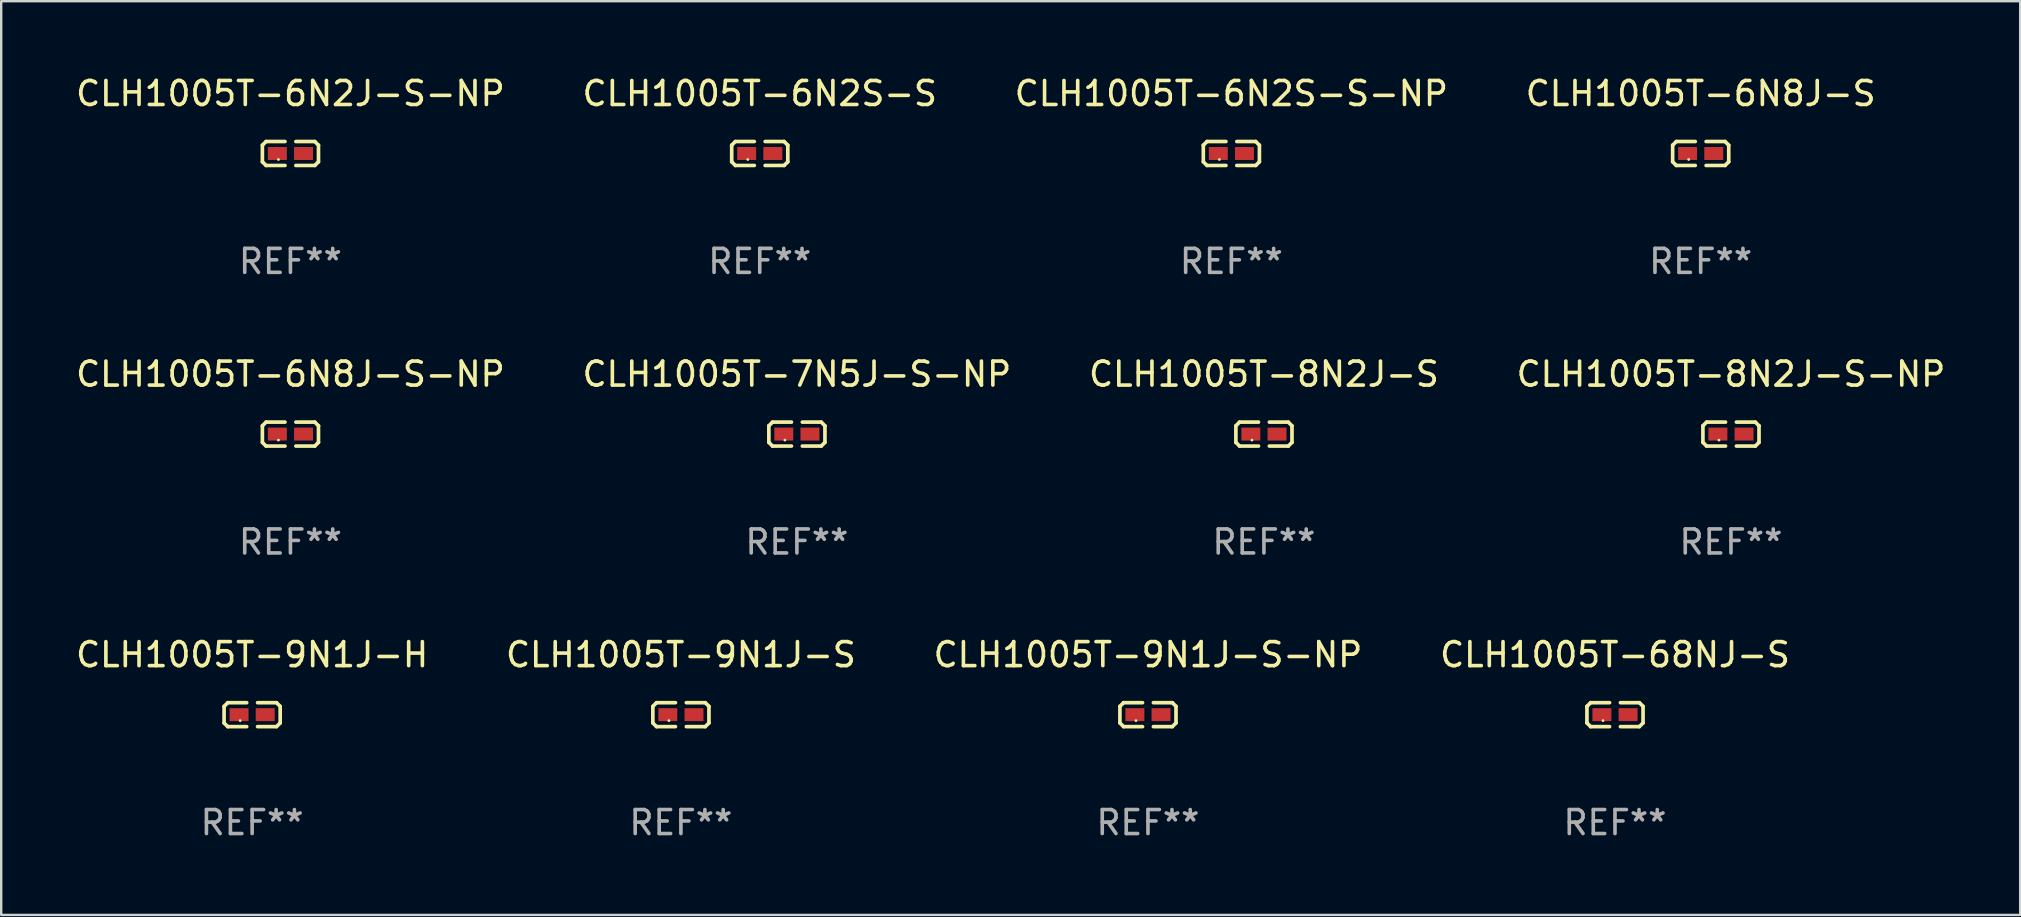
<source format=kicad_pcb>
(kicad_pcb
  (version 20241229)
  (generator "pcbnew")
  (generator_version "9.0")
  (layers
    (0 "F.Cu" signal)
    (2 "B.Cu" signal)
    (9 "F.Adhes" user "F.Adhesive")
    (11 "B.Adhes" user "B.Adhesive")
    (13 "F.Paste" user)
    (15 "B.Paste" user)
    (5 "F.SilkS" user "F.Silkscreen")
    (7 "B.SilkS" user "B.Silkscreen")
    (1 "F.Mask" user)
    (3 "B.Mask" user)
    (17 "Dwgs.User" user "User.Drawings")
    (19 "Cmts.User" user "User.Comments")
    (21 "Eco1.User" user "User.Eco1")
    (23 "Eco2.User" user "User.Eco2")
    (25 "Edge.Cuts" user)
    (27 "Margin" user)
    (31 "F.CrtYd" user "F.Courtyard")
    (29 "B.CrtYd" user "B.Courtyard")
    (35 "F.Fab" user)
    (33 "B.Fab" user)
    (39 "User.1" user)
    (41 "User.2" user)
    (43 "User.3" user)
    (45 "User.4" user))
  (footprint "CLH1005T-9N1J-S-NP"
    (layer "F.Cu")
    (at 44.792 26.734)
    (property "Reference" "CLH1005T-9N1J-S-NP" (at 0 -2.499 0) (layer "F.SilkS") (effects (font (size 1 1) (thickness 0.15))))
    (attr through_hole)
    (fp_line (start -1.169 -0.346) (end -1.016 -0.499) (stroke (width 0.152) (type solid)) (layer "F.SilkS"))
    (fp_line (start -1.169 0.346) (end -1.169 -0.346) (stroke (width 0.152) (type solid)) (layer "F.SilkS"))
    (fp_line (start -1.016 -0.499) (end -0.226 -0.499) (stroke (width 0.152) (type solid)) (layer "F.SilkS"))
    (fp_line (start -1.016 0.499) (end -1.169 0.346) (stroke (width 0.152) (type solid)) (layer "F.SilkS"))
    (fp_line (start -0.226 0.499) (end -1.016 0.499) (stroke (width 0.152) (type solid)) (layer "F.SilkS"))
    (fp_line (start 0.226 0.499) (end 1.016 0.499) (stroke (width 0.152) (type solid)) (layer "F.SilkS"))
    (fp_line (start 1.016 -0.499) (end 0.226 -0.499) (stroke (width 0.152) (type solid)) (layer "F.SilkS"))
    (fp_line (start 1.016 0.499) (end 1.169 0.346) (stroke (width 0.152) (type solid)) (layer "F.SilkS"))
    (fp_line (start 1.169 -0.346) (end 1.016 -0.499) (stroke (width 0.152) (type solid)) (layer "F.SilkS"))
    (fp_line (start 1.169 0.346) (end 1.169 -0.346) (stroke (width 0.152) (type solid)) (layer "F.SilkS"))
    (fp_circle (center -0.5 0.25) (end -0.47 0.25) (stroke (width 0.06) (type solid)) (fill no) (layer "F.SilkS"))
    (fp_text user "REF**" (at 0 4.499 0) (layer "F.Fab") (effects (font (size 1 1) (thickness 0.15))))
    (pad "1" smd rect (at -0.545 0) (size 0.79 0.54) (layers "F.Cu" "F.Mask" "F.Paste"))
    (pad "2" smd rect (at 0.545 0) (size 0.79 0.54) (layers "F.Cu" "F.Mask" "F.Paste")))
  (footprint "CLH1005T-8N2J-S-NP"
    (layer "F.Cu")
    (at 69.089 15.041)
    (property "Reference" "CLH1005T-8N2J-S-NP" (at 0 -2.499 0) (layer "F.SilkS") (effects (font (size 1 1) (thickness 0.15))))
    (attr through_hole)
    (fp_line (start -1.169 -0.346) (end -1.016 -0.499) (stroke (width 0.152) (type solid)) (layer "F.SilkS"))
    (fp_line (start -1.169 0.346) (end -1.169 -0.346) (stroke (width 0.152) (type solid)) (layer "F.SilkS"))
    (fp_line (start -1.016 -0.499) (end -0.226 -0.499) (stroke (width 0.152) (type solid)) (layer "F.SilkS"))
    (fp_line (start -1.016 0.499) (end -1.169 0.346) (stroke (width 0.152) (type solid)) (layer "F.SilkS"))
    (fp_line (start -0.226 0.499) (end -1.016 0.499) (stroke (width 0.152) (type solid)) (layer "F.SilkS"))
    (fp_line (start 0.226 0.499) (end 1.016 0.499) (stroke (width 0.152) (type solid)) (layer "F.SilkS"))
    (fp_line (start 1.016 -0.499) (end 0.226 -0.499) (stroke (width 0.152) (type solid)) (layer "F.SilkS"))
    (fp_line (start 1.016 0.499) (end 1.169 0.346) (stroke (width 0.152) (type solid)) (layer "F.SilkS"))
    (fp_line (start 1.169 -0.346) (end 1.016 -0.499) (stroke (width 0.152) (type solid)) (layer "F.SilkS"))
    (fp_line (start 1.169 0.346) (end 1.169 -0.346) (stroke (width 0.152) (type solid)) (layer "F.SilkS"))
    (fp_circle (center -0.5 0.25) (end -0.47 0.25) (stroke (width 0.06) (type solid)) (fill no) (layer "F.SilkS"))
    (fp_text user "REF**" (at 0 4.499 0) (layer "F.Fab") (effects (font (size 1 1) (thickness 0.15))))
    (pad "1" smd rect (at -0.545 0) (size 0.79 0.54) (layers "F.Cu" "F.Mask" "F.Paste"))
    (pad "2" smd rect (at 0.545 0) (size 0.79 0.54) (layers "F.Cu" "F.Mask" "F.Paste")))
  (footprint "CLH1005T-7N5J-S-NP"
    (layer "F.Cu")
    (at 30.161 15.041)
    (property "Reference" "CLH1005T-7N5J-S-NP" (at 0 -2.499 0) (layer "F.SilkS") (effects (font (size 1 1) (thickness 0.15))))
    (attr through_hole)
    (fp_line (start -1.169 -0.346) (end -1.016 -0.499) (stroke (width 0.152) (type solid)) (layer "F.SilkS"))
    (fp_line (start -1.169 0.346) (end -1.169 -0.346) (stroke (width 0.152) (type solid)) (layer "F.SilkS"))
    (fp_line (start -1.016 -0.499) (end -0.226 -0.499) (stroke (width 0.152) (type solid)) (layer "F.SilkS"))
    (fp_line (start -1.016 0.499) (end -1.169 0.346) (stroke (width 0.152) (type solid)) (layer "F.SilkS"))
    (fp_line (start -0.226 0.499) (end -1.016 0.499) (stroke (width 0.152) (type solid)) (layer "F.SilkS"))
    (fp_line (start 0.226 0.499) (end 1.016 0.499) (stroke (width 0.152) (type solid)) (layer "F.SilkS"))
    (fp_line (start 1.016 -0.499) (end 0.226 -0.499) (stroke (width 0.152) (type solid)) (layer "F.SilkS"))
    (fp_line (start 1.016 0.499) (end 1.169 0.346) (stroke (width 0.152) (type solid)) (layer "F.SilkS"))
    (fp_line (start 1.169 -0.346) (end 1.016 -0.499) (stroke (width 0.152) (type solid)) (layer "F.SilkS"))
    (fp_line (start 1.169 0.346) (end 1.169 -0.346) (stroke (width 0.152) (type solid)) (layer "F.SilkS"))
    (fp_circle (center -0.5 0.25) (end -0.47 0.25) (stroke (width 0.06) (type solid)) (fill no) (layer "F.SilkS"))
    (fp_text user "REF**" (at 0 4.499 0) (layer "F.Fab") (effects (font (size 1 1) (thickness 0.15))))
    (pad "1" smd rect (at -0.545 0) (size 0.79 0.54) (layers "F.Cu" "F.Mask" "F.Paste"))
    (pad "2" smd rect (at 0.545 0) (size 0.79 0.54) (layers "F.Cu" "F.Mask" "F.Paste")))
  (footprint "CLH1005T-8N2J-S"
    (layer "F.Cu")
    (at 49.625 15.041)
    (property "Reference" "CLH1005T-8N2J-S" (at 0 -2.499 0) (layer "F.SilkS") (effects (font (size 1 1) (thickness 0.15))))
    (attr through_hole)
    (fp_line (start -1.169 -0.346) (end -1.016 -0.499) (stroke (width 0.152) (type solid)) (layer "F.SilkS"))
    (fp_line (start -1.169 0.346) (end -1.169 -0.346) (stroke (width 0.152) (type solid)) (layer "F.SilkS"))
    (fp_line (start -1.016 -0.499) (end -0.226 -0.499) (stroke (width 0.152) (type solid)) (layer "F.SilkS"))
    (fp_line (start -1.016 0.499) (end -1.169 0.346) (stroke (width 0.152) (type solid)) (layer "F.SilkS"))
    (fp_line (start -0.226 0.499) (end -1.016 0.499) (stroke (width 0.152) (type solid)) (layer "F.SilkS"))
    (fp_line (start 0.226 0.499) (end 1.016 0.499) (stroke (width 0.152) (type solid)) (layer "F.SilkS"))
    (fp_line (start 1.016 -0.499) (end 0.226 -0.499) (stroke (width 0.152) (type solid)) (layer "F.SilkS"))
    (fp_line (start 1.016 0.499) (end 1.169 0.346) (stroke (width 0.152) (type solid)) (layer "F.SilkS"))
    (fp_line (start 1.169 -0.346) (end 1.016 -0.499) (stroke (width 0.152) (type solid)) (layer "F.SilkS"))
    (fp_line (start 1.169 0.346) (end 1.169 -0.346) (stroke (width 0.152) (type solid)) (layer "F.SilkS"))
    (fp_circle (center -0.5 0.25) (end -0.47 0.25) (stroke (width 0.06) (type solid)) (fill no) (layer "F.SilkS"))
    (fp_text user "REF**" (at 0 4.499 0) (layer "F.Fab") (effects (font (size 1 1) (thickness 0.15))))
    (pad "1" smd rect (at -0.545 0) (size 0.79 0.54) (layers "F.Cu" "F.Mask" "F.Paste"))
    (pad "2" smd rect (at 0.545 0) (size 0.79 0.54) (layers "F.Cu" "F.Mask" "F.Paste")))
  (footprint "CLH1005T-9N1J-S"
    (layer "F.Cu")
    (at 25.327 26.734)
    (property "Reference" "CLH1005T-9N1J-S" (at 0 -2.499 0) (layer "F.SilkS") (effects (font (size 1 1) (thickness 0.15))))
    (attr through_hole)
    (fp_line (start -1.169 -0.346) (end -1.016 -0.499) (stroke (width 0.152) (type solid)) (layer "F.SilkS"))
    (fp_line (start -1.169 0.346) (end -1.169 -0.346) (stroke (width 0.152) (type solid)) (layer "F.SilkS"))
    (fp_line (start -1.016 -0.499) (end -0.226 -0.499) (stroke (width 0.152) (type solid)) (layer "F.SilkS"))
    (fp_line (start -1.016 0.499) (end -1.169 0.346) (stroke (width 0.152) (type solid)) (layer "F.SilkS"))
    (fp_line (start -0.226 0.499) (end -1.016 0.499) (stroke (width 0.152) (type solid)) (layer "F.SilkS"))
    (fp_line (start 0.226 0.499) (end 1.016 0.499) (stroke (width 0.152) (type solid)) (layer "F.SilkS"))
    (fp_line (start 1.016 -0.499) (end 0.226 -0.499) (stroke (width 0.152) (type solid)) (layer "F.SilkS"))
    (fp_line (start 1.016 0.499) (end 1.169 0.346) (stroke (width 0.152) (type solid)) (layer "F.SilkS"))
    (fp_line (start 1.169 -0.346) (end 1.016 -0.499) (stroke (width 0.152) (type solid)) (layer "F.SilkS"))
    (fp_line (start 1.169 0.346) (end 1.169 -0.346) (stroke (width 0.152) (type solid)) (layer "F.SilkS"))
    (fp_circle (center -0.5 0.25) (end -0.47 0.25) (stroke (width 0.06) (type solid)) (fill no) (layer "F.SilkS"))
    (fp_text user "REF**" (at 0 4.499 0) (layer "F.Fab") (effects (font (size 1 1) (thickness 0.15))))
    (pad "1" smd rect (at -0.545 0) (size 0.79 0.54) (layers "F.Cu" "F.Mask" "F.Paste"))
    (pad "2" smd rect (at 0.545 0) (size 0.79 0.54) (layers "F.Cu" "F.Mask" "F.Paste")))
  (footprint "CLH1005T-6N2S-S"
    (layer "F.Cu")
    (at 28.613 3.347)
    (property "Reference" "CLH1005T-6N2S-S" (at 0 -2.499 0) (layer "F.SilkS") (effects (font (size 1 1) (thickness 0.15))))
    (attr through_hole)
    (fp_line (start -1.169 -0.346) (end -1.016 -0.499) (stroke (width 0.152) (type solid)) (layer "F.SilkS"))
    (fp_line (start -1.169 0.346) (end -1.169 -0.346) (stroke (width 0.152) (type solid)) (layer "F.SilkS"))
    (fp_line (start -1.016 -0.499) (end -0.226 -0.499) (stroke (width 0.152) (type solid)) (layer "F.SilkS"))
    (fp_line (start -1.016 0.499) (end -1.169 0.346) (stroke (width 0.152) (type solid)) (layer "F.SilkS"))
    (fp_line (start -0.226 0.499) (end -1.016 0.499) (stroke (width 0.152) (type solid)) (layer "F.SilkS"))
    (fp_line (start 0.226 0.499) (end 1.016 0.499) (stroke (width 0.152) (type solid)) (layer "F.SilkS"))
    (fp_line (start 1.016 -0.499) (end 0.226 -0.499) (stroke (width 0.152) (type solid)) (layer "F.SilkS"))
    (fp_line (start 1.016 0.499) (end 1.169 0.346) (stroke (width 0.152) (type solid)) (layer "F.SilkS"))
    (fp_line (start 1.169 -0.346) (end 1.016 -0.499) (stroke (width 0.152) (type solid)) (layer "F.SilkS"))
    (fp_line (start 1.169 0.346) (end 1.169 -0.346) (stroke (width 0.152) (type solid)) (layer "F.SilkS"))
    (fp_circle (center -0.5 0.25) (end -0.47 0.25) (stroke (width 0.06) (type solid)) (fill no) (layer "F.SilkS"))
    (fp_text user "REF**" (at 0 4.499 0) (layer "F.Fab") (effects (font (size 1 1) (thickness 0.15))))
    (pad "1" smd rect (at -0.545 0) (size 0.79 0.54) (layers "F.Cu" "F.Mask" "F.Paste"))
    (pad "2" smd rect (at 0.545 0) (size 0.79 0.54) (layers "F.Cu" "F.Mask" "F.Paste")))
  (footprint "CLH1005T-6N8J-S-NP"
    (layer "F.Cu")
    (at 9.054 15.041)
    (property "Reference" "CLH1005T-6N8J-S-NP" (at 0 -2.499 0) (layer "F.SilkS") (effects (font (size 1 1) (thickness 0.15))))
    (attr through_hole)
    (fp_line (start -1.169 -0.346) (end -1.016 -0.499) (stroke (width 0.152) (type solid)) (layer "F.SilkS"))
    (fp_line (start -1.169 0.346) (end -1.169 -0.346) (stroke (width 0.152) (type solid)) (layer "F.SilkS"))
    (fp_line (start -1.016 -0.499) (end -0.226 -0.499) (stroke (width 0.152) (type solid)) (layer "F.SilkS"))
    (fp_line (start -1.016 0.499) (end -1.169 0.346) (stroke (width 0.152) (type solid)) (layer "F.SilkS"))
    (fp_line (start -0.226 0.499) (end -1.016 0.499) (stroke (width 0.152) (type solid)) (layer "F.SilkS"))
    (fp_line (start 0.226 0.499) (end 1.016 0.499) (stroke (width 0.152) (type solid)) (layer "F.SilkS"))
    (fp_line (start 1.016 -0.499) (end 0.226 -0.499) (stroke (width 0.152) (type solid)) (layer "F.SilkS"))
    (fp_line (start 1.016 0.499) (end 1.169 0.346) (stroke (width 0.152) (type solid)) (layer "F.SilkS"))
    (fp_line (start 1.169 -0.346) (end 1.016 -0.499) (stroke (width 0.152) (type solid)) (layer "F.SilkS"))
    (fp_line (start 1.169 0.346) (end 1.169 -0.346) (stroke (width 0.152) (type solid)) (layer "F.SilkS"))
    (fp_circle (center -0.5 0.25) (end -0.47 0.25) (stroke (width 0.06) (type solid)) (fill no) (layer "F.SilkS"))
    (fp_text user "REF**" (at 0 4.499 0) (layer "F.Fab") (effects (font (size 1 1) (thickness 0.15))))
    (pad "1" smd rect (at -0.545 0) (size 0.79 0.54) (layers "F.Cu" "F.Mask" "F.Paste"))
    (pad "2" smd rect (at 0.545 0) (size 0.79 0.54) (layers "F.Cu" "F.Mask" "F.Paste")))
  (footprint "CLH1005T-6N2S-S-NP"
    (layer "F.Cu")
    (at 48.268 3.347)
    (property "Reference" "CLH1005T-6N2S-S-NP" (at 0 -2.499 0) (layer "F.SilkS") (effects (font (size 1 1) (thickness 0.15))))
    (attr through_hole)
    (fp_line (start -1.169 -0.346) (end -1.016 -0.499) (stroke (width 0.152) (type solid)) (layer "F.SilkS"))
    (fp_line (start -1.169 0.346) (end -1.169 -0.346) (stroke (width 0.152) (type solid)) (layer "F.SilkS"))
    (fp_line (start -1.016 -0.499) (end -0.226 -0.499) (stroke (width 0.152) (type solid)) (layer "F.SilkS"))
    (fp_line (start -1.016 0.499) (end -1.169 0.346) (stroke (width 0.152) (type solid)) (layer "F.SilkS"))
    (fp_line (start -0.226 0.499) (end -1.016 0.499) (stroke (width 0.152) (type solid)) (layer "F.SilkS"))
    (fp_line (start 0.226 0.499) (end 1.016 0.499) (stroke (width 0.152) (type solid)) (layer "F.SilkS"))
    (fp_line (start 1.016 -0.499) (end 0.226 -0.499) (stroke (width 0.152) (type solid)) (layer "F.SilkS"))
    (fp_line (start 1.016 0.499) (end 1.169 0.346) (stroke (width 0.152) (type solid)) (layer "F.SilkS"))
    (fp_line (start 1.169 -0.346) (end 1.016 -0.499) (stroke (width 0.152) (type solid)) (layer "F.SilkS"))
    (fp_line (start 1.169 0.346) (end 1.169 -0.346) (stroke (width 0.152) (type solid)) (layer "F.SilkS"))
    (fp_circle (center -0.5 0.25) (end -0.47 0.25) (stroke (width 0.06) (type solid)) (fill no) (layer "F.SilkS"))
    (fp_text user "REF**" (at 0 4.499 0) (layer "F.Fab") (effects (font (size 1 1) (thickness 0.15))))
    (pad "1" smd rect (at -0.545 0) (size 0.79 0.54) (layers "F.Cu" "F.Mask" "F.Paste"))
    (pad "2" smd rect (at 0.545 0) (size 0.79 0.54) (layers "F.Cu" "F.Mask" "F.Paste")))
  (footprint "CLH1005T-6N2J-S-NP"
    (layer "F.Cu")
    (at 9.054 3.347)
    (property "Reference" "CLH1005T-6N2J-S-NP" (at 0 -2.499 0) (layer "F.SilkS") (effects (font (size 1 1) (thickness 0.15))))
    (attr through_hole)
    (fp_line (start -1.169 -0.346) (end -1.016 -0.499) (stroke (width 0.152) (type solid)) (layer "F.SilkS"))
    (fp_line (start -1.169 0.346) (end -1.169 -0.346) (stroke (width 0.152) (type solid)) (layer "F.SilkS"))
    (fp_line (start -1.016 -0.499) (end -0.226 -0.499) (stroke (width 0.152) (type solid)) (layer "F.SilkS"))
    (fp_line (start -1.016 0.499) (end -1.169 0.346) (stroke (width 0.152) (type solid)) (layer "F.SilkS"))
    (fp_line (start -0.226 0.499) (end -1.016 0.499) (stroke (width 0.152) (type solid)) (layer "F.SilkS"))
    (fp_line (start 0.226 0.499) (end 1.016 0.499) (stroke (width 0.152) (type solid)) (layer "F.SilkS"))
    (fp_line (start 1.016 -0.499) (end 0.226 -0.499) (stroke (width 0.152) (type solid)) (layer "F.SilkS"))
    (fp_line (start 1.016 0.499) (end 1.169 0.346) (stroke (width 0.152) (type solid)) (layer "F.SilkS"))
    (fp_line (start 1.169 -0.346) (end 1.016 -0.499) (stroke (width 0.152) (type solid)) (layer "F.SilkS"))
    (fp_line (start 1.169 0.346) (end 1.169 -0.346) (stroke (width 0.152) (type solid)) (layer "F.SilkS"))
    (fp_circle (center -0.5 0.25) (end -0.47 0.25) (stroke (width 0.06) (type solid)) (fill no) (layer "F.SilkS"))
    (fp_text user "REF**" (at 0 4.499 0) (layer "F.Fab") (effects (font (size 1 1) (thickness 0.15))))
    (pad "1" smd rect (at -0.545 0) (size 0.79 0.54) (layers "F.Cu" "F.Mask" "F.Paste"))
    (pad "2" smd rect (at 0.545 0) (size 0.79 0.54) (layers "F.Cu" "F.Mask" "F.Paste")))
  (footprint "CLH1005T-68NJ-S"
    (layer "F.Cu")
    (at 64.256 26.734)
    (property "Reference" "CLH1005T-68NJ-S" (at 0 -2.499 0) (layer "F.SilkS") (effects (font (size 1 1) (thickness 0.15))))
    (attr through_hole)
    (fp_line (start -1.169 -0.346) (end -1.016 -0.499) (stroke (width 0.152) (type solid)) (layer "F.SilkS"))
    (fp_line (start -1.169 0.346) (end -1.169 -0.346) (stroke (width 0.152) (type solid)) (layer "F.SilkS"))
    (fp_line (start -1.016 -0.499) (end -0.226 -0.499) (stroke (width 0.152) (type solid)) (layer "F.SilkS"))
    (fp_line (start -1.016 0.499) (end -1.169 0.346) (stroke (width 0.152) (type solid)) (layer "F.SilkS"))
    (fp_line (start -0.226 0.499) (end -1.016 0.499) (stroke (width 0.152) (type solid)) (layer "F.SilkS"))
    (fp_line (start 0.226 0.499) (end 1.016 0.499) (stroke (width 0.152) (type solid)) (layer "F.SilkS"))
    (fp_line (start 1.016 -0.499) (end 0.226 -0.499) (stroke (width 0.152) (type solid)) (layer "F.SilkS"))
    (fp_line (start 1.016 0.499) (end 1.169 0.346) (stroke (width 0.152) (type solid)) (layer "F.SilkS"))
    (fp_line (start 1.169 -0.346) (end 1.016 -0.499) (stroke (width 0.152) (type solid)) (layer "F.SilkS"))
    (fp_line (start 1.169 0.346) (end 1.169 -0.346) (stroke (width 0.152) (type solid)) (layer "F.SilkS"))
    (fp_circle (center -0.5 0.25) (end -0.47 0.25) (stroke (width 0.06) (type solid)) (fill no) (layer "F.SilkS"))
    (fp_text user "REF**" (at 0 4.499 0) (layer "F.Fab") (effects (font (size 1 1) (thickness 0.15))))
    (pad "1" smd rect (at -0.545 0) (size 0.79 0.54) (layers "F.Cu" "F.Mask" "F.Paste"))
    (pad "2" smd rect (at 0.545 0) (size 0.79 0.54) (layers "F.Cu" "F.Mask" "F.Paste")))
  (footprint "CLH1005T-9N1J-H"
    (layer "F.Cu")
    (at 7.458 26.734)
    (property "Reference" "CLH1005T-9N1J-H" (at 0 -2.499 0) (layer "F.SilkS") (effects (font (size 1 1) (thickness 0.15))))
    (attr through_hole)
    (fp_line (start -1.169 -0.346) (end -1.016 -0.499) (stroke (width 0.152) (type solid)) (layer "F.SilkS"))
    (fp_line (start -1.169 0.346) (end -1.169 -0.346) (stroke (width 0.152) (type solid)) (layer "F.SilkS"))
    (fp_line (start -1.016 -0.499) (end -0.226 -0.499) (stroke (width 0.152) (type solid)) (layer "F.SilkS"))
    (fp_line (start -1.016 0.499) (end -1.169 0.346) (stroke (width 0.152) (type solid)) (layer "F.SilkS"))
    (fp_line (start -0.226 0.499) (end -1.016 0.499) (stroke (width 0.152) (type solid)) (layer "F.SilkS"))
    (fp_line (start 0.226 0.499) (end 1.016 0.499) (stroke (width 0.152) (type solid)) (layer "F.SilkS"))
    (fp_line (start 1.016 -0.499) (end 0.226 -0.499) (stroke (width 0.152) (type solid)) (layer "F.SilkS"))
    (fp_line (start 1.016 0.499) (end 1.169 0.346) (stroke (width 0.152) (type solid)) (layer "F.SilkS"))
    (fp_line (start 1.169 -0.346) (end 1.016 -0.499) (stroke (width 0.152) (type solid)) (layer "F.SilkS"))
    (fp_line (start 1.169 0.346) (end 1.169 -0.346) (stroke (width 0.152) (type solid)) (layer "F.SilkS"))
    (fp_circle (center -0.5 0.25) (end -0.47 0.25) (stroke (width 0.06) (type solid)) (fill no) (layer "F.SilkS"))
    (fp_text user "REF**" (at 0 4.499 0) (layer "F.Fab") (effects (font (size 1 1) (thickness 0.15))))
    (pad "1" smd rect (at -0.545 0) (size 0.79 0.54) (layers "F.Cu" "F.Mask" "F.Paste"))
    (pad "2" smd rect (at 0.545 0) (size 0.79 0.54) (layers "F.Cu" "F.Mask" "F.Paste")))
  (footprint "CLH1005T-6N8J-S"
    (layer "F.Cu")
    (at 67.827 3.347)
    (property "Reference" "CLH1005T-6N8J-S" (at 0 -2.499 0) (layer "F.SilkS") (effects (font (size 1 1) (thickness 0.15))))
    (attr through_hole)
    (fp_line (start -1.169 -0.346) (end -1.016 -0.499) (stroke (width 0.152) (type solid)) (layer "F.SilkS"))
    (fp_line (start -1.169 0.346) (end -1.169 -0.346) (stroke (width 0.152) (type solid)) (layer "F.SilkS"))
    (fp_line (start -1.016 -0.499) (end -0.226 -0.499) (stroke (width 0.152) (type solid)) (layer "F.SilkS"))
    (fp_line (start -1.016 0.499) (end -1.169 0.346) (stroke (width 0.152) (type solid)) (layer "F.SilkS"))
    (fp_line (start -0.226 0.499) (end -1.016 0.499) (stroke (width 0.152) (type solid)) (layer "F.SilkS"))
    (fp_line (start 0.226 0.499) (end 1.016 0.499) (stroke (width 0.152) (type solid)) (layer "F.SilkS"))
    (fp_line (start 1.016 -0.499) (end 0.226 -0.499) (stroke (width 0.152) (type solid)) (layer "F.SilkS"))
    (fp_line (start 1.016 0.499) (end 1.169 0.346) (stroke (width 0.152) (type solid)) (layer "F.SilkS"))
    (fp_line (start 1.169 -0.346) (end 1.016 -0.499) (stroke (width 0.152) (type solid)) (layer "F.SilkS"))
    (fp_line (start 1.169 0.346) (end 1.169 -0.346) (stroke (width 0.152) (type solid)) (layer "F.SilkS"))
    (fp_circle (center -0.5 0.25) (end -0.47 0.25) (stroke (width 0.06) (type solid)) (fill no) (layer "F.SilkS"))
    (fp_text user "REF**" (at 0 4.499 0) (layer "F.Fab") (effects (font (size 1 1) (thickness 0.15))))
    (pad "1" smd rect (at -0.545 0) (size 0.79 0.54) (layers "F.Cu" "F.Mask" "F.Paste"))
    (pad "2" smd rect (at 0.545 0) (size 0.79 0.54) (layers "F.Cu" "F.Mask" "F.Paste")))
  (gr_rect
    (start -3 -3)
    (end 81.143 35.081)
    (stroke (width 0.1) (type default))
    (fill no)
    (layer "Edge.Cuts")))
</source>
